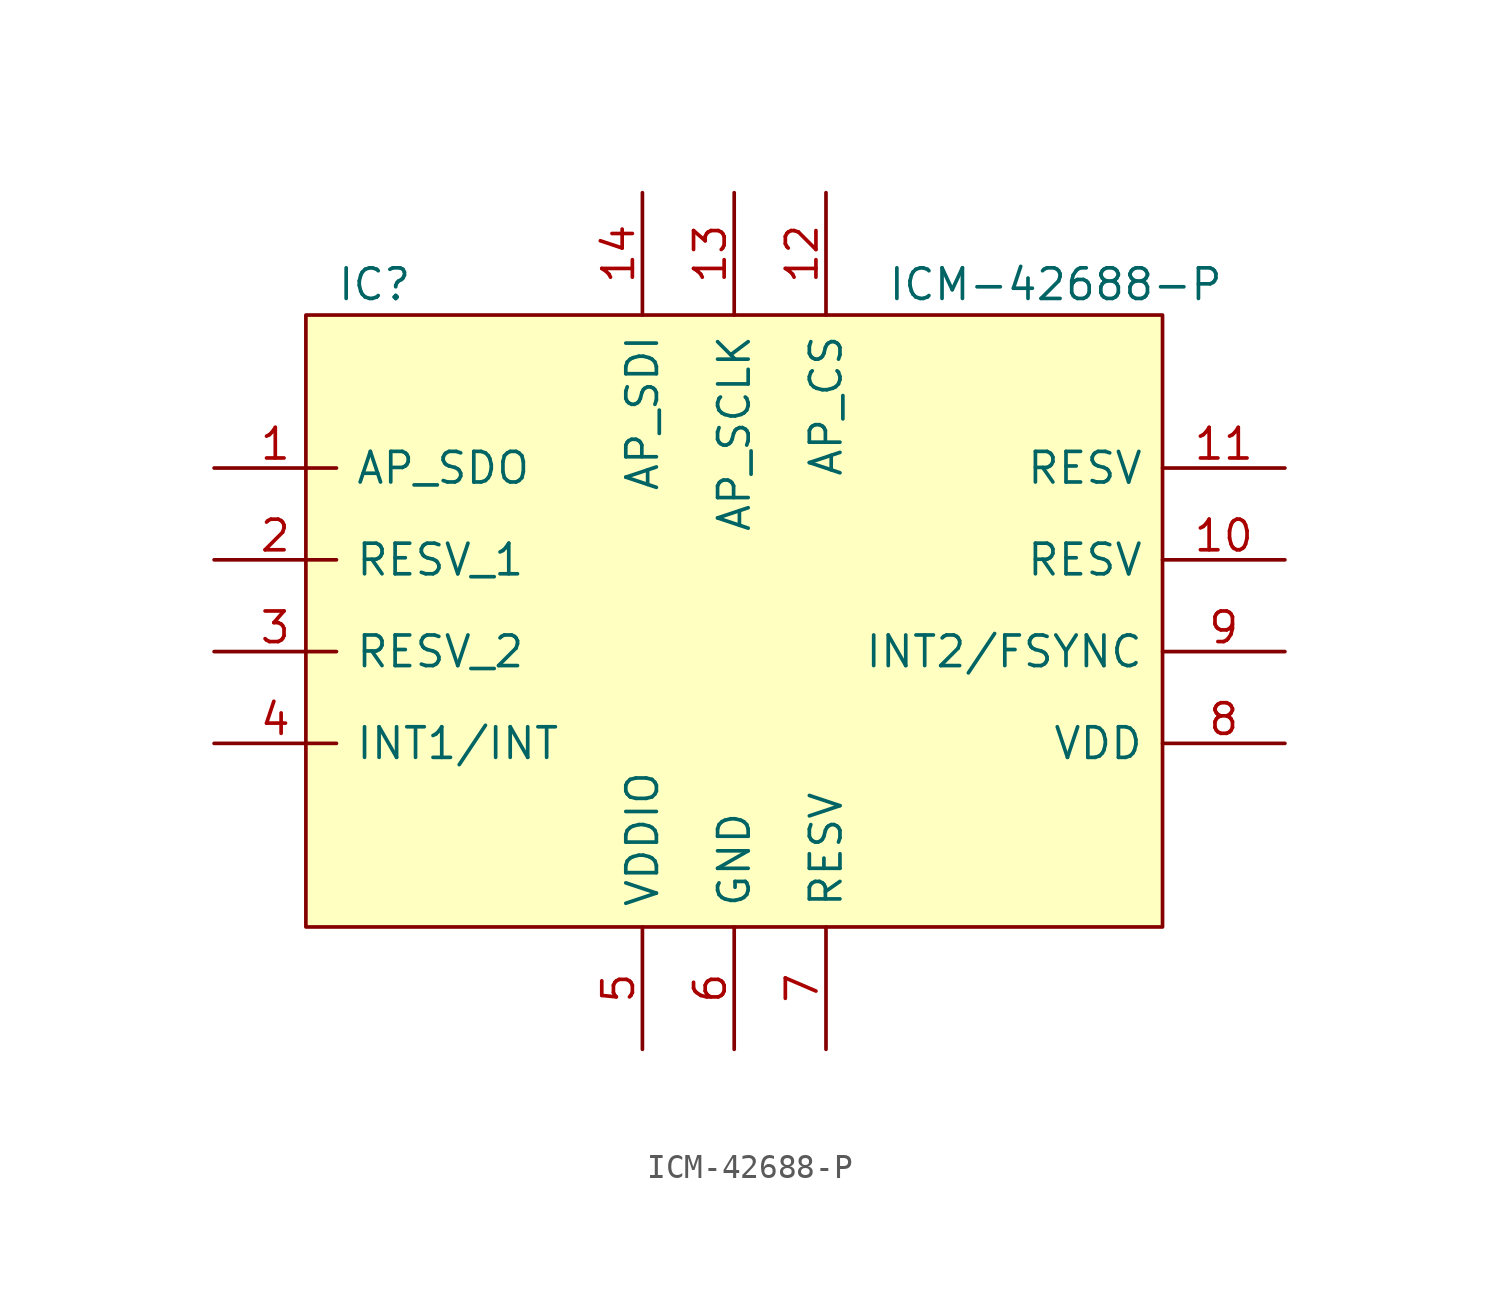
<source format=kicad_sym>
(kicad_symbol_lib
  (version 20220914)
  (generator kicad_symbol_editor)
  (symbol "ICM-42688-P"
    (pin_names
      (offset 0.762))
    (property "Reference" "IC"
      (at -16.51 13.97 0)
      (effects (font (size 1.27 1.27)) (justify left)))
    (property "Value" "ICM-42688-P"
      (at 6.35 13.97 0)
      (effects (font (size 1.27 1.27)) (justify left)))
    (symbol "ICM-42688-P_0_0"
      (pin passive line (at -21.59 -1.27 0) (length 5.08) (name "RESV_2" (effects (font (size 1.27 1.27)))) (number "3" (effects (font (size 1.27 1.27))))))
    (symbol "ICM-42688-P_1_0"
      (pin output line (at -21.59 6.35 0) (length 5.08) (name "AP_SDO" (effects (font (size 1.27 1.27)))) (number "1" (effects (font (size 1.27 1.27)))))
      (pin passive line (at 22.86 2.54 180) (length 5.08) (name "RESV" (effects (font (size 1.27 1.27)))) (number "10" (effects (font (size 1.27 1.27)))))
      (pin passive line (at 22.86 6.35 180) (length 5.08) (name "RESV" (effects (font (size 1.27 1.27)))) (number "11" (effects (font (size 1.27 1.27)))))
      (pin input line (at 3.81 17.78 270) (length 5.08) (name "AP_CS" (effects (font (size 1.27 1.27)))) (number "12" (effects (font (size 1.27 1.27)))))
      (pin input line (at 0 17.78 270) (length 5.08) (name "AP_SCLK" (effects (font (size 1.27 1.27)))) (number "13" (effects (font (size 1.27 1.27)))))
      (pin bidirectional line (at -3.81 17.78 270) (length 5.08) (name "AP_SDI" (effects (font (size 1.27 1.27)))) (number "14" (effects (font (size 1.27 1.27)))))
      (pin passive line (at -21.59 2.54 0) (length 5.08) (name "RESV_1" (effects (font (size 1.27 1.27)))) (number "2" (effects (font (size 1.27 1.27)))))
      (pin output line (at -21.59 -5.08 0) (length 5.08) (name "INT1/INT" (effects (font (size 1.27 1.27)))) (number "4" (effects (font (size 1.27 1.27)))))
      (pin power_in line (at -3.81 -17.78 90) (length 5.08) (name "VDDIO" (effects (font (size 1.27 1.27)))) (number "5" (effects (font (size 1.27 1.27)))))
      (pin power_in line (at 0 -17.78 90) (length 5.08) (name "GND" (effects (font (size 1.27 1.27)))) (number "6" (effects (font (size 1.27 1.27)))))
      (pin passive line (at 3.81 -17.78 90) (length 5.08) (name "RESV" (effects (font (size 1.27 1.27)))) (number "7" (effects (font (size 1.27 1.27)))))
      (pin power_in line (at 22.86 -5.08 180) (length 5.08) (name "VDD" (effects (font (size 1.27 1.27)))) (number "8" (effects (font (size 1.27 1.27)))))
      (pin bidirectional line (at 22.86 -1.27 180) (length 5.08) (name "INT2/FSYNC" (effects (font (size 1.27 1.27)))) (number "9" (effects (font (size 1.27 1.27))))))
    (symbol "ICM-42688-P_1_1"
      (rectangle (start -17.78 12.7) (end 17.78 -12.7) (stroke (width 0) (type default)) (fill (type background))))))
</source>
